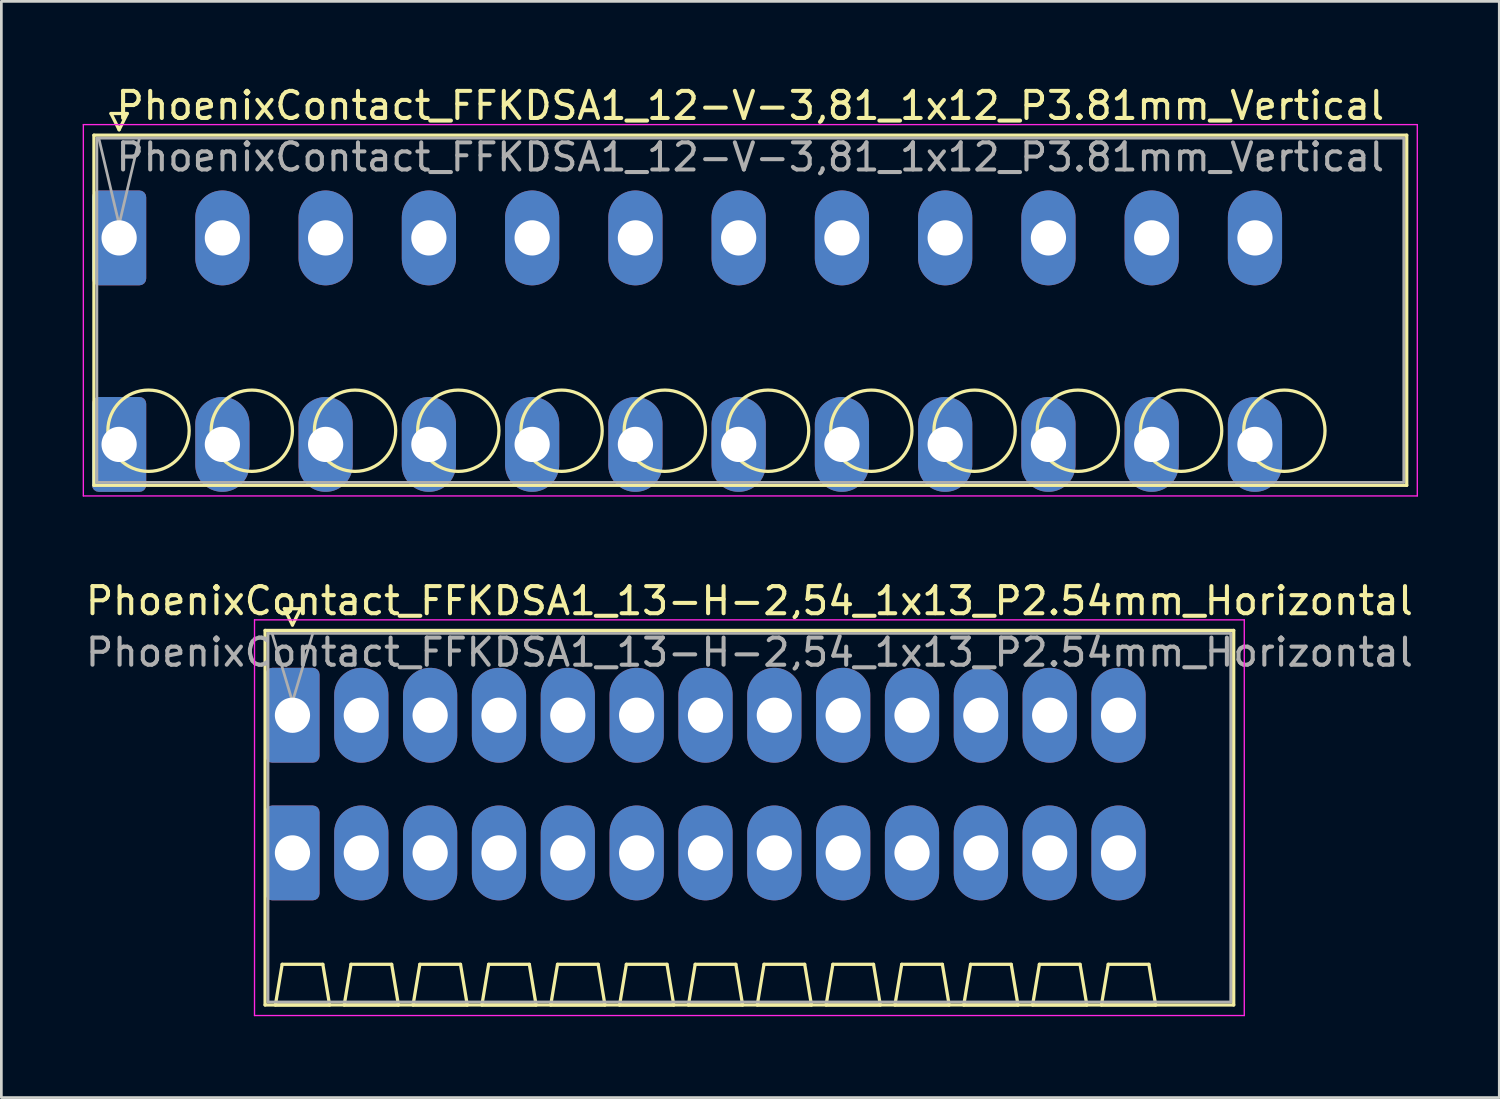
<source format=kicad_pcb>
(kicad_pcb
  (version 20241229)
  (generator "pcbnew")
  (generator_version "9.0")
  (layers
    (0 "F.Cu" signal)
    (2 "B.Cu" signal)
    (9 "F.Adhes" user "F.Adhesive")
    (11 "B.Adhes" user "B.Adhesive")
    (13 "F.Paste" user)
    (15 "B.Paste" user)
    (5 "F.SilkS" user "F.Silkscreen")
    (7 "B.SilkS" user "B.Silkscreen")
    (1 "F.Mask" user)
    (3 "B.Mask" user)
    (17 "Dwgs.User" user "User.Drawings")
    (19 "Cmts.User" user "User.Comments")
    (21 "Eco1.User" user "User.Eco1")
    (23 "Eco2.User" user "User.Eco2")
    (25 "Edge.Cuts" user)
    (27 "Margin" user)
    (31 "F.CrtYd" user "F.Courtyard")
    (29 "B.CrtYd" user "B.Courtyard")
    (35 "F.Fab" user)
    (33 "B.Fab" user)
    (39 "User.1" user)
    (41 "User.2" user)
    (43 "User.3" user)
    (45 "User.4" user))
  (footprint "PhoenixContact_FFKDSA1_13-H-2,54_1x13_P2.54mm_Horizontal"
    (layer "F.Cu")
    (at 7.741 23.341)
    (property "Reference" "PhoenixContact_FFKDSA1_13-H-2,54_1x13_P2.54mm_Horizontal" (at 16.86 -4.22 0) (layer "F.SilkS") (effects (font (size 1 1) (thickness 0.15))))
    (attr through_hole)
    (fp_line (start -1.01 -3.13) (end -1.01 10.69) (stroke (width 0.12) (type solid)) (layer "F.SilkS"))
    (fp_line (start -1.01 10.69) (end 34.73 10.69) (stroke (width 0.12) (type solid)) (layer "F.SilkS"))
    (fp_line (start -0.63 10.69) (end 1.37 10.69) (stroke (width 0.12) (type solid)) (layer "F.SilkS"))
    (fp_line (start -0.38 9.19) (end -0.63 10.69) (stroke (width 0.12) (type solid)) (layer "F.SilkS"))
    (fp_line (start -0.3 -3.93) (end 0.3 -3.93) (stroke (width 0.12) (type solid)) (layer "F.SilkS"))
    (fp_line (start 0 -3.33) (end -0.3 -3.93) (stroke (width 0.12) (type solid)) (layer "F.SilkS"))
    (fp_line (start 0.3 -3.93) (end 0 -3.33) (stroke (width 0.12) (type solid)) (layer "F.SilkS"))
    (fp_line (start 1.12 9.19) (end -0.38 9.19) (stroke (width 0.12) (type solid)) (layer "F.SilkS"))
    (fp_line (start 1.37 10.69) (end 1.12 9.19) (stroke (width 0.12) (type solid)) (layer "F.SilkS"))
    (fp_line (start 1.91 10.69) (end 3.91 10.69) (stroke (width 0.12) (type solid)) (layer "F.SilkS"))
    (fp_line (start 2.16 9.19) (end 1.91 10.69) (stroke (width 0.12) (type solid)) (layer "F.SilkS"))
    (fp_line (start 3.66 9.19) (end 2.16 9.19) (stroke (width 0.12) (type solid)) (layer "F.SilkS"))
    (fp_line (start 3.91 10.69) (end 3.66 9.19) (stroke (width 0.12) (type solid)) (layer "F.SilkS"))
    (fp_line (start 4.45 10.69) (end 6.45 10.69) (stroke (width 0.12) (type solid)) (layer "F.SilkS"))
    (fp_line (start 4.7 9.19) (end 4.45 10.69) (stroke (width 0.12) (type solid)) (layer "F.SilkS"))
    (fp_line (start 6.2 9.19) (end 4.7 9.19) (stroke (width 0.12) (type solid)) (layer "F.SilkS"))
    (fp_line (start 6.45 10.69) (end 6.2 9.19) (stroke (width 0.12) (type solid)) (layer "F.SilkS"))
    (fp_line (start 6.99 10.69) (end 8.99 10.69) (stroke (width 0.12) (type solid)) (layer "F.SilkS"))
    (fp_line (start 7.24 9.19) (end 6.99 10.69) (stroke (width 0.12) (type solid)) (layer "F.SilkS"))
    (fp_line (start 8.74 9.19) (end 7.24 9.19) (stroke (width 0.12) (type solid)) (layer "F.SilkS"))
    (fp_line (start 8.99 10.69) (end 8.74 9.19) (stroke (width 0.12) (type solid)) (layer "F.SilkS"))
    (fp_line (start 9.53 10.69) (end 11.53 10.69) (stroke (width 0.12) (type solid)) (layer "F.SilkS"))
    (fp_line (start 9.78 9.19) (end 9.53 10.69) (stroke (width 0.12) (type solid)) (layer "F.SilkS"))
    (fp_line (start 11.28 9.19) (end 9.78 9.19) (stroke (width 0.12) (type solid)) (layer "F.SilkS"))
    (fp_line (start 11.53 10.69) (end 11.28 9.19) (stroke (width 0.12) (type solid)) (layer "F.SilkS"))
    (fp_line (start 12.07 10.69) (end 14.07 10.69) (stroke (width 0.12) (type solid)) (layer "F.SilkS"))
    (fp_line (start 12.32 9.19) (end 12.07 10.69) (stroke (width 0.12) (type solid)) (layer "F.SilkS"))
    (fp_line (start 13.82 9.19) (end 12.32 9.19) (stroke (width 0.12) (type solid)) (layer "F.SilkS"))
    (fp_line (start 14.07 10.69) (end 13.82 9.19) (stroke (width 0.12) (type solid)) (layer "F.SilkS"))
    (fp_line (start 14.61 10.69) (end 16.61 10.69) (stroke (width 0.12) (type solid)) (layer "F.SilkS"))
    (fp_line (start 14.86 9.19) (end 14.61 10.69) (stroke (width 0.12) (type solid)) (layer "F.SilkS"))
    (fp_line (start 16.36 9.19) (end 14.86 9.19) (stroke (width 0.12) (type solid)) (layer "F.SilkS"))
    (fp_line (start 16.61 10.69) (end 16.36 9.19) (stroke (width 0.12) (type solid)) (layer "F.SilkS"))
    (fp_line (start 17.15 10.69) (end 19.15 10.69) (stroke (width 0.12) (type solid)) (layer "F.SilkS"))
    (fp_line (start 17.4 9.19) (end 17.15 10.69) (stroke (width 0.12) (type solid)) (layer "F.SilkS"))
    (fp_line (start 18.9 9.19) (end 17.4 9.19) (stroke (width 0.12) (type solid)) (layer "F.SilkS"))
    (fp_line (start 19.15 10.69) (end 18.9 9.19) (stroke (width 0.12) (type solid)) (layer "F.SilkS"))
    (fp_line (start 19.69 10.69) (end 21.69 10.69) (stroke (width 0.12) (type solid)) (layer "F.SilkS"))
    (fp_line (start 19.94 9.19) (end 19.69 10.69) (stroke (width 0.12) (type solid)) (layer "F.SilkS"))
    (fp_line (start 21.44 9.19) (end 19.94 9.19) (stroke (width 0.12) (type solid)) (layer "F.SilkS"))
    (fp_line (start 21.69 10.69) (end 21.44 9.19) (stroke (width 0.12) (type solid)) (layer "F.SilkS"))
    (fp_line (start 22.23 10.69) (end 24.23 10.69) (stroke (width 0.12) (type solid)) (layer "F.SilkS"))
    (fp_line (start 22.48 9.19) (end 22.23 10.69) (stroke (width 0.12) (type solid)) (layer "F.SilkS"))
    (fp_line (start 23.98 9.19) (end 22.48 9.19) (stroke (width 0.12) (type solid)) (layer "F.SilkS"))
    (fp_line (start 24.23 10.69) (end 23.98 9.19) (stroke (width 0.12) (type solid)) (layer "F.SilkS"))
    (fp_line (start 24.77 10.69) (end 26.77 10.69) (stroke (width 0.12) (type solid)) (layer "F.SilkS"))
    (fp_line (start 25.02 9.19) (end 24.77 10.69) (stroke (width 0.12) (type solid)) (layer "F.SilkS"))
    (fp_line (start 26.52 9.19) (end 25.02 9.19) (stroke (width 0.12) (type solid)) (layer "F.SilkS"))
    (fp_line (start 26.77 10.69) (end 26.52 9.19) (stroke (width 0.12) (type solid)) (layer "F.SilkS"))
    (fp_line (start 27.31 10.69) (end 29.31 10.69) (stroke (width 0.12) (type solid)) (layer "F.SilkS"))
    (fp_line (start 27.56 9.19) (end 27.31 10.69) (stroke (width 0.12) (type solid)) (layer "F.SilkS"))
    (fp_line (start 29.06 9.19) (end 27.56 9.19) (stroke (width 0.12) (type solid)) (layer "F.SilkS"))
    (fp_line (start 29.31 10.69) (end 29.06 9.19) (stroke (width 0.12) (type solid)) (layer "F.SilkS"))
    (fp_line (start 29.85 10.69) (end 31.85 10.69) (stroke (width 0.12) (type solid)) (layer "F.SilkS"))
    (fp_line (start 30.1 9.19) (end 29.85 10.69) (stroke (width 0.12) (type solid)) (layer "F.SilkS"))
    (fp_line (start 31.6 9.19) (end 30.1 9.19) (stroke (width 0.12) (type solid)) (layer "F.SilkS"))
    (fp_line (start 31.85 10.69) (end 31.6 9.19) (stroke (width 0.12) (type solid)) (layer "F.SilkS"))
    (fp_line (start 34.73 -3.13) (end -1.01 -3.13) (stroke (width 0.12) (type solid)) (layer "F.SilkS"))
    (fp_line (start 34.73 10.69) (end 34.73 -3.13) (stroke (width 0.12) (type solid)) (layer "F.SilkS"))
    (fp_line (start -1.4 -3.52) (end -1.4 11.08) (stroke (width 0.05) (type solid)) (layer "F.CrtYd"))
    (fp_line (start -1.4 11.08) (end 35.12 11.08) (stroke (width 0.05) (type solid)) (layer "F.CrtYd"))
    (fp_line (start 35.12 -3.52) (end -1.4 -3.52) (stroke (width 0.05) (type solid)) (layer "F.CrtYd"))
    (fp_line (start 35.12 11.08) (end 35.12 -3.52) (stroke (width 0.05) (type solid)) (layer "F.CrtYd"))
    (fp_line (start -0.9 -3.02) (end -0.9 10.58) (stroke (width 0.1) (type solid)) (layer "F.Fab"))
    (fp_line (start -0.9 10.58) (end 34.62 10.58) (stroke (width 0.1) (type solid)) (layer "F.Fab"))
    (fp_line (start 0 -0.5) (end -0.75 -3.02) (stroke (width 0.1) (type solid)) (layer "F.Fab"))
    (fp_line (start 0.75 -3.02) (end 0 -0.5) (stroke (width 0.1) (type solid)) (layer "F.Fab"))
    (fp_line (start 34.62 -3.02) (end -0.9 -3.02) (stroke (width 0.1) (type solid)) (layer "F.Fab"))
    (fp_line (start 34.62 10.58) (end 34.62 -3.02) (stroke (width 0.1) (type solid)) (layer "F.Fab"))
    (fp_text user "${REFERENCE}" (at 16.86 -2.32 0) (layer "F.Fab") (effects (font (size 1 1) (thickness 0.15))))
    (pad "1" thru_hole roundrect (at 0 0) (size 2 3.5) (drill 1.3) (layers "*.Cu" "*.Mask") (roundrect_rratio 0.125))
    (pad "1" thru_hole roundrect (at 0 5.08) (size 2 3.5) (drill 1.3) (layers "*.Cu" "*.Mask") (roundrect_rratio 0.125))
    (pad "2" thru_hole oval (at 2.54 0) (size 2 3.5) (drill 1.3) (layers "*.Cu" "*.Mask"))
    (pad "2" thru_hole oval (at 2.54 5.08) (size 2 3.5) (drill 1.3) (layers "*.Cu" "*.Mask"))
    (pad "3" thru_hole oval (at 5.08 0) (size 2 3.5) (drill 1.3) (layers "*.Cu" "*.Mask"))
    (pad "3" thru_hole oval (at 5.08 5.08) (size 2 3.5) (drill 1.3) (layers "*.Cu" "*.Mask"))
    (pad "4" thru_hole oval (at 7.62 0) (size 2 3.5) (drill 1.3) (layers "*.Cu" "*.Mask"))
    (pad "4" thru_hole oval (at 7.62 5.08) (size 2 3.5) (drill 1.3) (layers "*.Cu" "*.Mask"))
    (pad "5" thru_hole oval (at 10.16 0) (size 2 3.5) (drill 1.3) (layers "*.Cu" "*.Mask"))
    (pad "5" thru_hole oval (at 10.16 5.08) (size 2 3.5) (drill 1.3) (layers "*.Cu" "*.Mask"))
    (pad "6" thru_hole oval (at 12.7 0) (size 2 3.5) (drill 1.3) (layers "*.Cu" "*.Mask"))
    (pad "6" thru_hole oval (at 12.7 5.08) (size 2 3.5) (drill 1.3) (layers "*.Cu" "*.Mask"))
    (pad "7" thru_hole oval (at 15.24 0) (size 2 3.5) (drill 1.3) (layers "*.Cu" "*.Mask"))
    (pad "7" thru_hole oval (at 15.24 5.08) (size 2 3.5) (drill 1.3) (layers "*.Cu" "*.Mask"))
    (pad "8" thru_hole oval (at 17.78 0) (size 2 3.5) (drill 1.3) (layers "*.Cu" "*.Mask"))
    (pad "8" thru_hole oval (at 17.78 5.08) (size 2 3.5) (drill 1.3) (layers "*.Cu" "*.Mask"))
    (pad "9" thru_hole oval (at 20.32 0) (size 2 3.5) (drill 1.3) (layers "*.Cu" "*.Mask"))
    (pad "9" thru_hole oval (at 20.32 5.08) (size 2 3.5) (drill 1.3) (layers "*.Cu" "*.Mask"))
    (pad "10" thru_hole oval (at 22.86 0) (size 2 3.5) (drill 1.3) (layers "*.Cu" "*.Mask"))
    (pad "10" thru_hole oval (at 22.86 5.08) (size 2 3.5) (drill 1.3) (layers "*.Cu" "*.Mask"))
    (pad "11" thru_hole oval (at 25.4 0) (size 2 3.5) (drill 1.3) (layers "*.Cu" "*.Mask"))
    (pad "11" thru_hole oval (at 25.4 5.08) (size 2 3.5) (drill 1.3) (layers "*.Cu" "*.Mask"))
    (pad "12" thru_hole oval (at 27.94 0) (size 2 3.5) (drill 1.3) (layers "*.Cu" "*.Mask"))
    (pad "12" thru_hole oval (at 27.94 5.08) (size 2 3.5) (drill 1.3) (layers "*.Cu" "*.Mask"))
    (pad "13" thru_hole oval (at 30.48 0) (size 2 3.5) (drill 1.3) (layers "*.Cu" "*.Mask"))
    (pad "13" thru_hole oval (at 30.48 5.08) (size 2 3.5) (drill 1.3) (layers "*.Cu" "*.Mask")))
  (footprint "PhoenixContact_FFKDSA1_12-V-3,81_1x12_P3.81mm_Vertical"
    (layer "F.Cu")
    (at 1.345 5.728)
    (property "Reference" "PhoenixContact_FFKDSA1_12-V-3,81_1x12_P3.81mm_Vertical" (at 23.29 -4.88 0) (layer "F.SilkS") (effects (font (size 1 1) (thickness 0.15))))
    (attr through_hole)
    (fp_line (start -0.93 -3.79) (end -0.93 9.13) (stroke (width 0.12) (type solid)) (layer "F.SilkS"))
    (fp_line (start -0.93 9.13) (end 47.51 9.13) (stroke (width 0.12) (type solid)) (layer "F.SilkS"))
    (fp_line (start -0.3 -4.59) (end 0.3 -4.59) (stroke (width 0.12) (type solid)) (layer "F.SilkS"))
    (fp_line (start 0 -3.99) (end -0.3 -4.59) (stroke (width 0.12) (type solid)) (layer "F.SilkS"))
    (fp_line (start 0.3 -4.59) (end 0 -3.99) (stroke (width 0.12) (type solid)) (layer "F.SilkS"))
    (fp_line (start 47.51 -3.79) (end -0.93 -3.79) (stroke (width 0.12) (type solid)) (layer "F.SilkS"))
    (fp_line (start 47.51 9.13) (end 47.51 -3.79) (stroke (width 0.12) (type solid)) (layer "F.SilkS"))
    (fp_circle (center 1.085 7.115) (end 2.585 7.115) (stroke (width 0.12) (type solid)) (fill no) (layer "F.SilkS"))
    (fp_circle (center 4.895 7.115) (end 6.395 7.115) (stroke (width 0.12) (type solid)) (fill no) (layer "F.SilkS"))
    (fp_circle (center 8.705 7.115) (end 10.205 7.115) (stroke (width 0.12) (type solid)) (fill no) (layer "F.SilkS"))
    (fp_circle (center 12.515 7.115) (end 14.015 7.115) (stroke (width 0.12) (type solid)) (fill no) (layer "F.SilkS"))
    (fp_circle (center 16.325 7.115) (end 17.825 7.115) (stroke (width 0.12) (type solid)) (fill no) (layer "F.SilkS"))
    (fp_circle (center 20.135 7.115) (end 21.635 7.115) (stroke (width 0.12) (type solid)) (fill no) (layer "F.SilkS"))
    (fp_circle (center 23.945 7.115) (end 25.445 7.115) (stroke (width 0.12) (type solid)) (fill no) (layer "F.SilkS"))
    (fp_circle (center 27.755 7.115) (end 29.255 7.115) (stroke (width 0.12) (type solid)) (fill no) (layer "F.SilkS"))
    (fp_circle (center 31.565 7.115) (end 33.065 7.115) (stroke (width 0.12) (type solid)) (fill no) (layer "F.SilkS"))
    (fp_circle (center 35.375 7.115) (end 36.875 7.115) (stroke (width 0.12) (type solid)) (fill no) (layer "F.SilkS"))
    (fp_circle (center 39.185 7.115) (end 40.685 7.115) (stroke (width 0.12) (type solid)) (fill no) (layer "F.SilkS"))
    (fp_circle (center 42.995 7.115) (end 44.495 7.115) (stroke (width 0.12) (type solid)) (fill no) (layer "F.SilkS"))
    (fp_line (start -1.32 -4.18) (end -1.32 9.52) (stroke (width 0.05) (type solid)) (layer "F.CrtYd"))
    (fp_line (start -1.32 9.52) (end 47.9 9.52) (stroke (width 0.05) (type solid)) (layer "F.CrtYd"))
    (fp_line (start 47.9 -4.18) (end -1.32 -4.18) (stroke (width 0.05) (type solid)) (layer "F.CrtYd"))
    (fp_line (start 47.9 9.52) (end 47.9 -4.18) (stroke (width 0.05) (type solid)) (layer "F.CrtYd"))
    (fp_line (start -0.82 -3.68) (end -0.82 9.02) (stroke (width 0.1) (type solid)) (layer "F.Fab"))
    (fp_line (start -0.82 9.02) (end 47.4 9.02) (stroke (width 0.1) (type solid)) (layer "F.Fab"))
    (fp_line (start 0 -0.5) (end -0.75 -3.68) (stroke (width 0.1) (type solid)) (layer "F.Fab"))
    (fp_line (start 0.75 -3.68) (end 0 -0.5) (stroke (width 0.1) (type solid)) (layer "F.Fab"))
    (fp_line (start 47.4 -3.68) (end -0.82 -3.68) (stroke (width 0.1) (type solid)) (layer "F.Fab"))
    (fp_line (start 47.4 9.02) (end 47.4 -3.68) (stroke (width 0.1) (type solid)) (layer "F.Fab"))
    (fp_text user "${REFERENCE}" (at 23.29 -2.98 0) (layer "F.Fab") (effects (font (size 1 1) (thickness 0.15))))
    (pad "1" thru_hole roundrect (at 0 0) (size 2 3.5) (drill 1.3) (layers "*.Cu" "*.Mask") (roundrect_rratio 0.125))
    (pad "1" thru_hole roundrect (at 0 7.62) (size 2 3.5) (drill 1.3) (layers "*.Cu" "*.Mask") (roundrect_rratio 0.125))
    (pad "2" thru_hole oval (at 3.81 0) (size 2 3.5) (drill 1.3) (layers "*.Cu" "*.Mask"))
    (pad "2" thru_hole oval (at 3.81 7.62) (size 2 3.5) (drill 1.3) (layers "*.Cu" "*.Mask"))
    (pad "3" thru_hole oval (at 7.62 0) (size 2 3.5) (drill 1.3) (layers "*.Cu" "*.Mask"))
    (pad "3" thru_hole oval (at 7.62 7.62) (size 2 3.5) (drill 1.3) (layers "*.Cu" "*.Mask"))
    (pad "4" thru_hole oval (at 11.43 0) (size 2 3.5) (drill 1.3) (layers "*.Cu" "*.Mask"))
    (pad "4" thru_hole oval (at 11.43 7.62) (size 2 3.5) (drill 1.3) (layers "*.Cu" "*.Mask"))
    (pad "5" thru_hole oval (at 15.24 0) (size 2 3.5) (drill 1.3) (layers "*.Cu" "*.Mask"))
    (pad "5" thru_hole oval (at 15.24 7.62) (size 2 3.5) (drill 1.3) (layers "*.Cu" "*.Mask"))
    (pad "6" thru_hole oval (at 19.05 0) (size 2 3.5) (drill 1.3) (layers "*.Cu" "*.Mask"))
    (pad "6" thru_hole oval (at 19.05 7.62) (size 2 3.5) (drill 1.3) (layers "*.Cu" "*.Mask"))
    (pad "7" thru_hole oval (at 22.86 0) (size 2 3.5) (drill 1.3) (layers "*.Cu" "*.Mask"))
    (pad "7" thru_hole oval (at 22.86 7.62) (size 2 3.5) (drill 1.3) (layers "*.Cu" "*.Mask"))
    (pad "8" thru_hole oval (at 26.67 0) (size 2 3.5) (drill 1.3) (layers "*.Cu" "*.Mask"))
    (pad "8" thru_hole oval (at 26.67 7.62) (size 2 3.5) (drill 1.3) (layers "*.Cu" "*.Mask"))
    (pad "9" thru_hole oval (at 30.48 0) (size 2 3.5) (drill 1.3) (layers "*.Cu" "*.Mask"))
    (pad "9" thru_hole oval (at 30.48 7.62) (size 2 3.5) (drill 1.3) (layers "*.Cu" "*.Mask"))
    (pad "10" thru_hole oval (at 34.29 0) (size 2 3.5) (drill 1.3) (layers "*.Cu" "*.Mask"))
    (pad "10" thru_hole oval (at 34.29 7.62) (size 2 3.5) (drill 1.3) (layers "*.Cu" "*.Mask"))
    (pad "11" thru_hole oval (at 38.1 0) (size 2 3.5) (drill 1.3) (layers "*.Cu" "*.Mask"))
    (pad "11" thru_hole oval (at 38.1 7.62) (size 2 3.5) (drill 1.3) (layers "*.Cu" "*.Mask"))
    (pad "12" thru_hole oval (at 41.91 0) (size 2 3.5) (drill 1.3) (layers "*.Cu" "*.Mask"))
    (pad "12" thru_hole oval (at 41.91 7.62) (size 2 3.5) (drill 1.3) (layers "*.Cu" "*.Mask")))
  (gr_rect
    (start -3 -3)
    (end 52.27 37.447)
    (stroke (width 0.1) (type default))
    (fill no)
    (layer "Edge.Cuts")))
</source>
